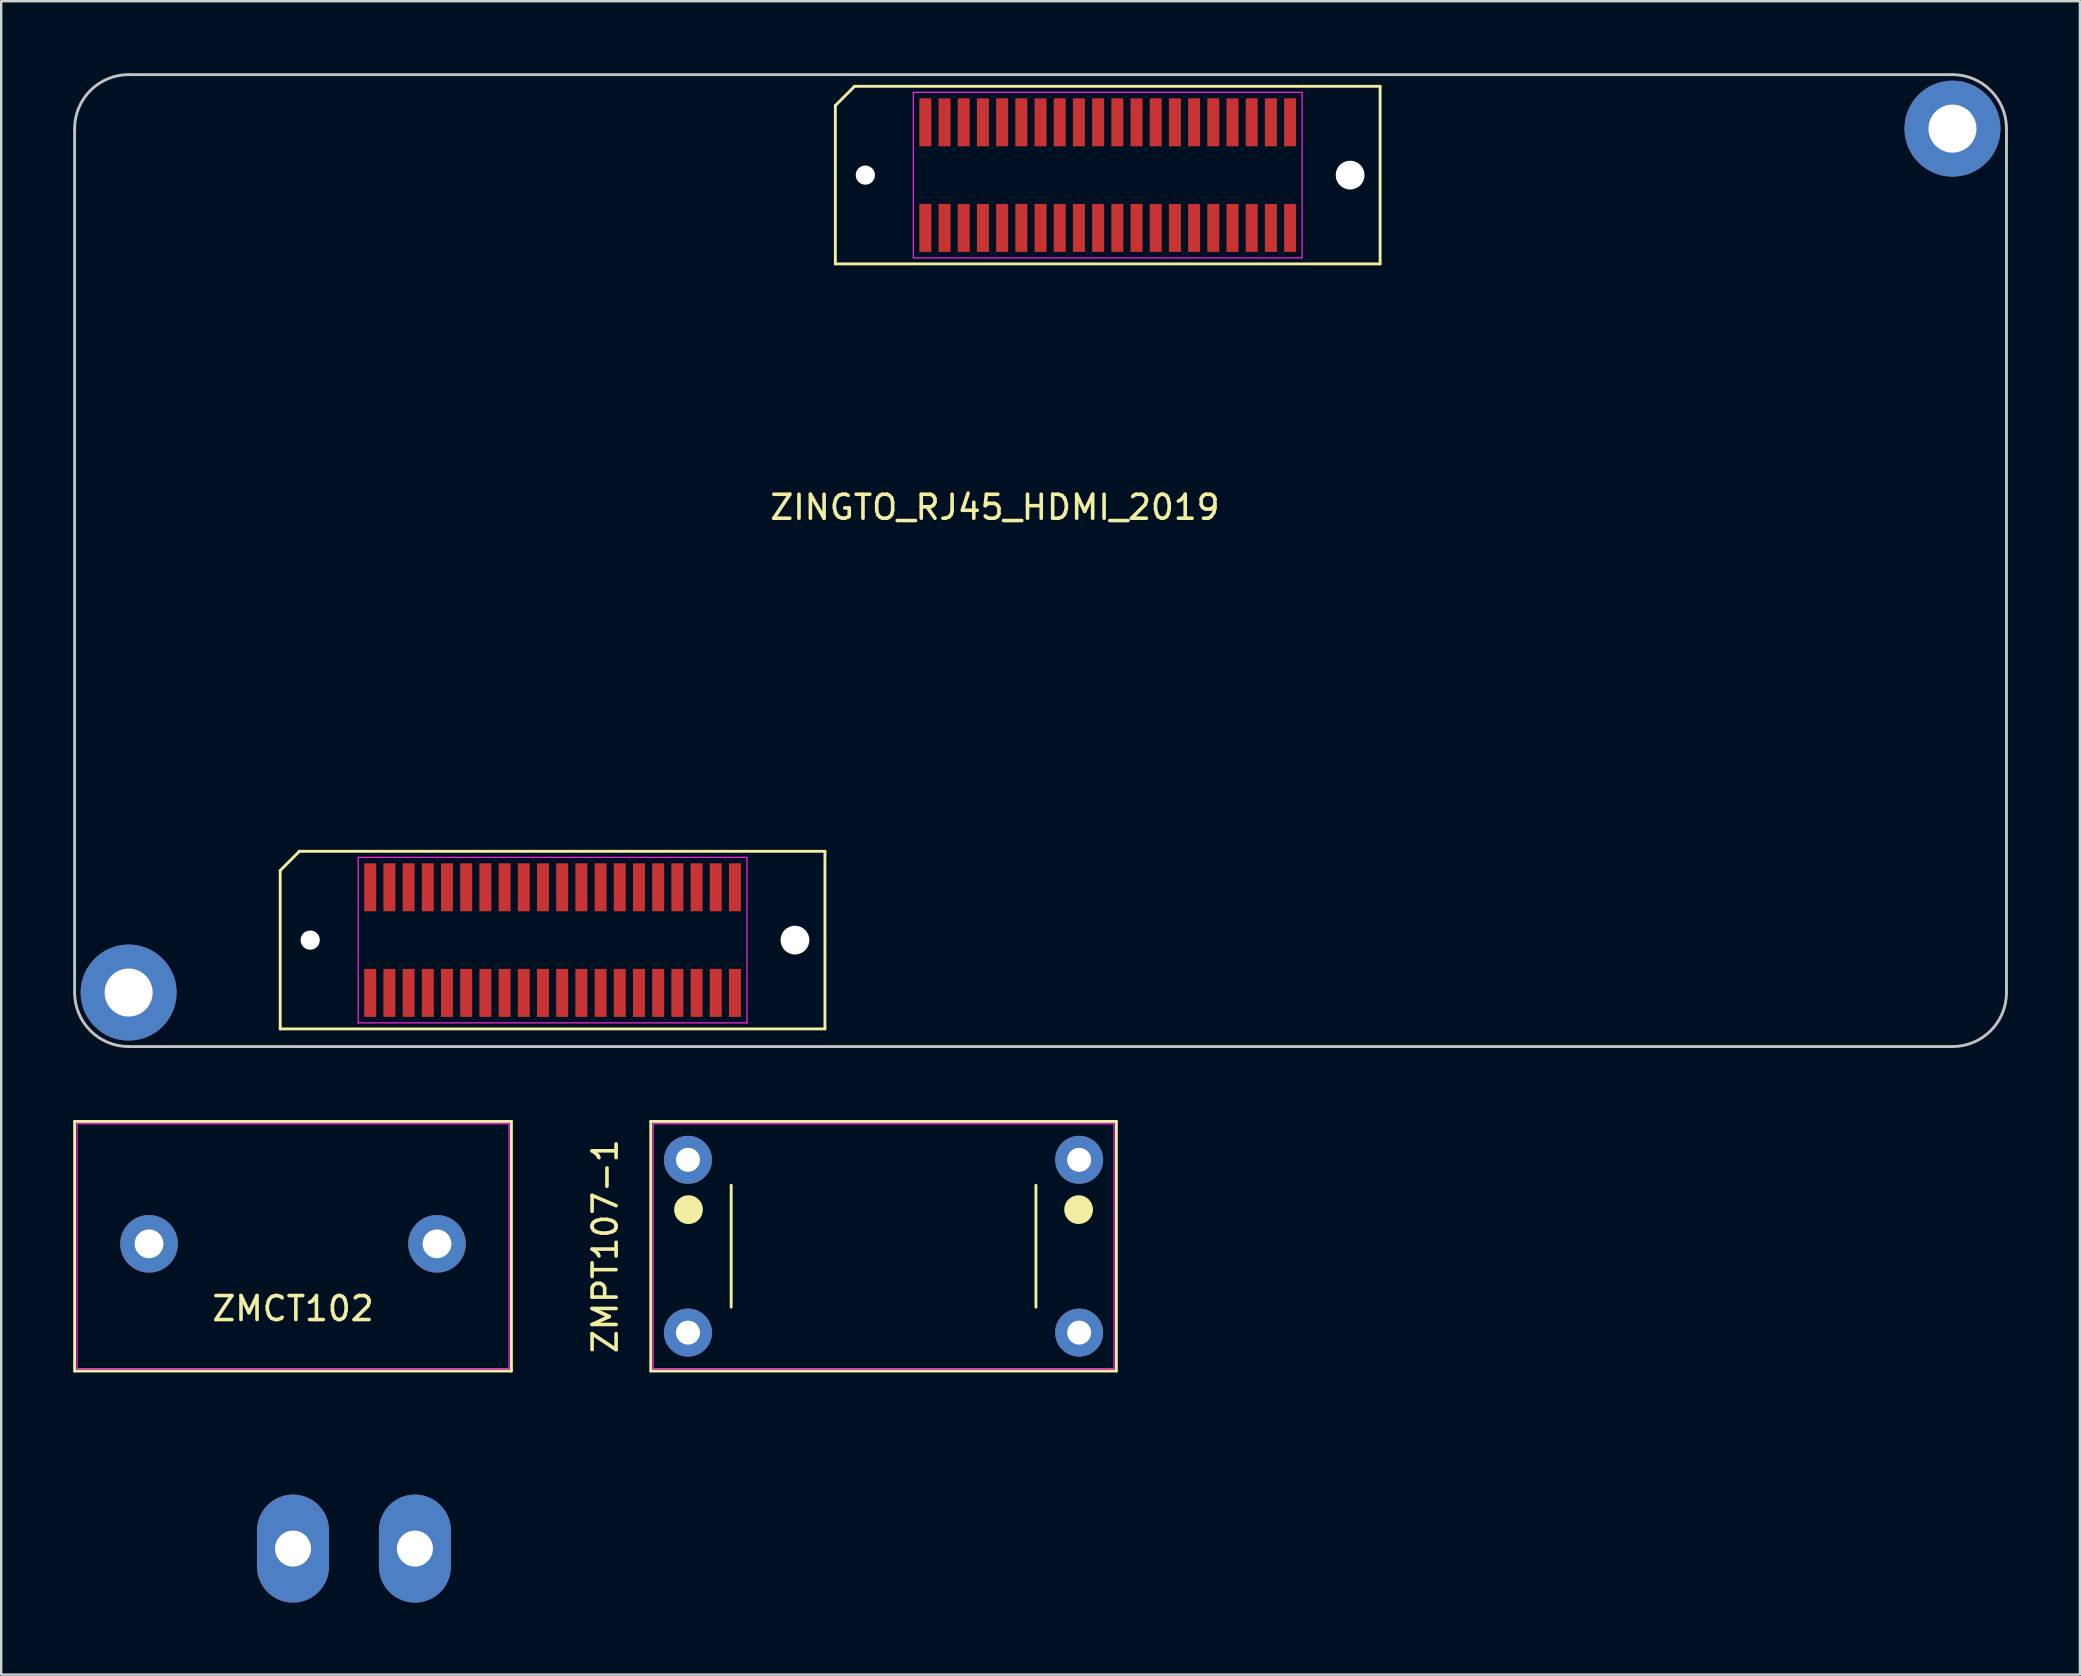
<source format=kicad_pcb>
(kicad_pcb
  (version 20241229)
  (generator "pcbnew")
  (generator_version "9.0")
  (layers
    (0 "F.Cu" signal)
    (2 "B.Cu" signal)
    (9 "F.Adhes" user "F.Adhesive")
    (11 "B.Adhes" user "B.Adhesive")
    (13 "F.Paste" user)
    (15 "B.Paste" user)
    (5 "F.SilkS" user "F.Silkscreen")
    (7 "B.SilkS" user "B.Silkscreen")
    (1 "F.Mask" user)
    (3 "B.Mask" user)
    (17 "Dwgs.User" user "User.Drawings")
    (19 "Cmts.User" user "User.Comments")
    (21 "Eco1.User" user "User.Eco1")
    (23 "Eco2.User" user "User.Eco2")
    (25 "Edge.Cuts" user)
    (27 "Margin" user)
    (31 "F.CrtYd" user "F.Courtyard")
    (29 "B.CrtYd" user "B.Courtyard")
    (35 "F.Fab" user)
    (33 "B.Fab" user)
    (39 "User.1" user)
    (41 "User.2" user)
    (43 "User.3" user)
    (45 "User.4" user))
  (footprint "ZMCT102"
    (layer "F.Cu")
    (at 9.16 48.78)
    (property "Reference" "ZMCT102" (at 0 2.7 0) (layer "F.SilkS") (effects (font (size 1 1) (thickness 0.15))))
    (attr through_hole)
    (fp_line (start -9.1 -5.1) (end 9.1 -5.1) (stroke (width 0.12) (type solid)) (layer "F.SilkS"))
    (fp_line (start -9.1 5.3) (end -9.1 -5.1) (stroke (width 0.12) (type solid)) (layer "F.SilkS"))
    (fp_line (start 9.1 -5.1) (end 9.1 5.3) (stroke (width 0.12) (type solid)) (layer "F.SilkS"))
    (fp_line (start 9.1 5.3) (end -9.1 5.3) (stroke (width 0.12) (type solid)) (layer "F.SilkS"))
    (fp_line (start -9 -5) (end 9 -5) (stroke (width 0.05) (type solid)) (layer "F.CrtYd"))
    (fp_line (start -9 5.2) (end -9 -5) (stroke (width 0.05) (type solid)) (layer "F.CrtYd"))
    (fp_line (start 9 -5) (end 9 5.2) (stroke (width 0.05) (type solid)) (layer "F.CrtYd"))
    (fp_line (start 9 5.2) (end -9 5.2) (stroke (width 0.05) (type solid)) (layer "F.CrtYd"))
    (pad "1" thru_hole circle (at -6 0) (size 2.4 2.4) (drill 1.2) (layers "*.Cu" "*.Mask"))
    (pad "2" thru_hole circle (at 6 0) (size 2.4 2.4) (drill 1.2) (layers "*.Cu" "*.Mask"))
    (pad "3" thru_hole oval (at 0 12.7) (size 3 4.5) (drill 1.5) (layers "*.Cu" "*.Mask"))
    (pad "4" thru_hole oval (at 5.08 12.7) (size 3 4.5) (drill 1.5) (layers "*.Cu" "*.Mask")))
  (footprint "ZINGTO_RJ45_HDMI_2019"
    (layer "F.Cu")
    (at 0.31 0.31)
    (property "Reference" "ZINGTO_RJ45_HDMI_2019" (at 38.1 17.78 180) (layer "F.SilkS") (effects (font (size 1 1) (thickness 0.15))))
    (attr smd)
    (fp_line (start 8.316 32.914) (end 8.316 39.514) (stroke (width 0.12) (type solid)) (layer "F.SilkS"))
    (fp_line (start 8.316 39.514) (end 31.016 39.514) (stroke (width 0.12) (type solid)) (layer "F.SilkS"))
    (fp_line (start 9.116 32.114) (end 8.316 32.914) (stroke (width 0.12) (type solid)) (layer "F.SilkS"))
    (fp_line (start 31.016 32.114) (end 9.116 32.114) (stroke (width 0.12) (type solid)) (layer "F.SilkS"))
    (fp_line (start 31.016 39.514) (end 31.016 32.114) (stroke (width 0.12) (type solid)) (layer "F.SilkS"))
    (fp_line (start 31.449 1.037) (end 31.449 7.637) (stroke (width 0.12) (type solid)) (layer "F.SilkS"))
    (fp_line (start 31.449 7.637) (end 54.149 7.637) (stroke (width 0.12) (type solid)) (layer "F.SilkS"))
    (fp_line (start 32.249 0.237) (end 31.449 1.037) (stroke (width 0.12) (type solid)) (layer "F.SilkS"))
    (fp_line (start 54.149 0.237) (end 32.249 0.237) (stroke (width 0.12) (type solid)) (layer "F.SilkS"))
    (fp_line (start 54.149 7.637) (end 54.149 0.237) (stroke (width 0.12) (type solid)) (layer "F.SilkS"))
    (fp_line (start -0.25 38) (end -0.25 2) (stroke (width 0.12) (type solid)) (layer "Dwgs.User"))
    (fp_line (start 2 40.25) (end 78 40.25) (stroke (width 0.12) (type solid)) (layer "Dwgs.User"))
    (fp_line (start 78 -0.25) (end 2 -0.25) (stroke (width 0.12) (type solid)) (layer "Dwgs.User"))
    (fp_line (start 80.25 2) (end 80.25 38) (stroke (width 0.12) (type solid)) (layer "Dwgs.User"))
    (fp_arc (start -0.25 2) (mid 0.40901 0.40901) (end 2 -0.25) (stroke (width 0.12) (type solid)) (layer "Dwgs.User"))
    (fp_arc (start 2 40.25) (mid 0.40901 39.59099) (end -0.25 38) (stroke (width 0.12) (type solid)) (layer "Dwgs.User"))
    (fp_arc (start 78 -0.25) (mid 79.59099 0.40901) (end 80.25 2) (stroke (width 0.12) (type solid)) (layer "Dwgs.User"))
    (fp_arc (start 80.25 38) (mid 79.59099 39.59099) (end 78 40.25) (stroke (width 0.12) (type solid)) (layer "Dwgs.User"))
    (fp_line (start 11.566 32.364) (end 27.766 32.364) (stroke (width 0.05) (type solid)) (layer "F.CrtYd"))
    (fp_line (start 11.566 39.264) (end 11.566 32.364) (stroke (width 0.05) (type solid)) (layer "F.CrtYd"))
    (fp_line (start 27.766 32.364) (end 27.766 39.264) (stroke (width 0.05) (type solid)) (layer "F.CrtYd"))
    (fp_line (start 27.766 39.264) (end 11.566 39.264) (stroke (width 0.05) (type solid)) (layer "F.CrtYd"))
    (fp_line (start 34.699 0.487) (end 50.899 0.487) (stroke (width 0.05) (type solid)) (layer "F.CrtYd"))
    (fp_line (start 34.699 7.387) (end 34.699 0.487) (stroke (width 0.05) (type solid)) (layer "F.CrtYd"))
    (fp_line (start 50.899 0.487) (end 50.899 7.387) (stroke (width 0.05) (type solid)) (layer "F.CrtYd"))
    (fp_line (start 50.899 7.387) (end 34.699 7.387) (stroke (width 0.05) (type solid)) (layer "F.CrtYd"))
    (pad "" thru_hole circle (at 2 38) (size 4 4) (drill 2) (layers "*.Cu" "*.Mask"))
    (pad "" np_thru_hole circle (at 9.566 35.814) (size 0.8 0.8) (drill 0.8) (layers "*.Cu" "*.Mask"))
    (pad "" np_thru_hole circle (at 29.766 35.814) (size 1.2 1.2) (drill 1.2) (layers "*.Cu" "*.Mask"))
    (pad "" np_thru_hole circle (at 32.699 3.937) (size 0.8 0.8) (drill 0.8) (layers "*.Cu" "*.Mask"))
    (pad "" np_thru_hole circle (at 52.899 3.937) (size 1.2 1.2) (drill 1.2) (layers "*.Cu" "*.Mask"))
    (pad "" thru_hole circle (at 78 2) (size 4 4) (drill 2) (layers "*.Cu" "*.Mask"))
    (pad "1" smd rect (at 12.066 38.014) (size 0.5 2) (layers "F.Cu" "F.Mask" "F.Paste"))
    (pad "2" smd rect (at 12.066 33.614) (size 0.5 2) (layers "F.Cu" "F.Mask" "F.Paste"))
    (pad "3" smd rect (at 12.866 38.014) (size 0.5 2) (layers "F.Cu" "F.Mask" "F.Paste"))
    (pad "4" smd rect (at 12.866 33.614) (size 0.5 2) (layers "F.Cu" "F.Mask" "F.Paste"))
    (pad "5" smd rect (at 13.666 38.014) (size 0.5 2) (layers "F.Cu" "F.Mask" "F.Paste"))
    (pad "6" smd rect (at 13.666 33.614) (size 0.5 2) (layers "F.Cu" "F.Mask" "F.Paste"))
    (pad "7" smd rect (at 14.466 38.014) (size 0.5 2) (layers "F.Cu" "F.Mask" "F.Paste"))
    (pad "8" smd rect (at 14.466 33.614) (size 0.5 2) (layers "F.Cu" "F.Mask" "F.Paste"))
    (pad "9" smd rect (at 15.266 38.014) (size 0.5 2) (layers "F.Cu" "F.Mask" "F.Paste"))
    (pad "10" smd rect (at 15.266 33.614) (size 0.5 2) (layers "F.Cu" "F.Mask" "F.Paste"))
    (pad "11" smd rect (at 16.066 38.014) (size 0.5 2) (layers "F.Cu" "F.Mask" "F.Paste"))
    (pad "12" smd rect (at 16.066 33.614) (size 0.5 2) (layers "F.Cu" "F.Mask" "F.Paste"))
    (pad "13" smd rect (at 16.866 38.014) (size 0.5 2) (layers "F.Cu" "F.Mask" "F.Paste"))
    (pad "14" smd rect (at 16.866 33.614) (size 0.5 2) (layers "F.Cu" "F.Mask" "F.Paste"))
    (pad "15" smd rect (at 17.666 38.014) (size 0.5 2) (layers "F.Cu" "F.Mask" "F.Paste"))
    (pad "16" smd rect (at 17.666 33.614) (size 0.5 2) (layers "F.Cu" "F.Mask" "F.Paste"))
    (pad "17" smd rect (at 18.466 38.014) (size 0.5 2) (layers "F.Cu" "F.Mask" "F.Paste"))
    (pad "18" smd rect (at 18.466 33.614) (size 0.5 2) (layers "F.Cu" "F.Mask" "F.Paste"))
    (pad "19" smd rect (at 19.266 38.014) (size 0.5 2) (layers "F.Cu" "F.Mask" "F.Paste"))
    (pad "20" smd rect (at 19.266 33.614) (size 0.5 2) (layers "F.Cu" "F.Mask" "F.Paste"))
    (pad "21" smd rect (at 20.066 38.014) (size 0.5 2) (layers "F.Cu" "F.Mask" "F.Paste"))
    (pad "22" smd rect (at 20.066 33.614) (size 0.5 2) (layers "F.Cu" "F.Mask" "F.Paste"))
    (pad "23" smd rect (at 20.866 38.014) (size 0.5 2) (layers "F.Cu" "F.Mask" "F.Paste"))
    (pad "24" smd rect (at 20.866 33.614) (size 0.5 2) (layers "F.Cu" "F.Mask" "F.Paste"))
    (pad "25" smd rect (at 21.666 38.014) (size 0.5 2) (layers "F.Cu" "F.Mask" "F.Paste"))
    (pad "26" smd rect (at 21.666 33.614) (size 0.5 2) (layers "F.Cu" "F.Mask" "F.Paste"))
    (pad "27" smd rect (at 22.466 38.014) (size 0.5 2) (layers "F.Cu" "F.Mask" "F.Paste"))
    (pad "28" smd rect (at 22.466 33.614) (size 0.5 2) (layers "F.Cu" "F.Mask" "F.Paste"))
    (pad "29" smd rect (at 23.266 38.014) (size 0.5 2) (layers "F.Cu" "F.Mask" "F.Paste"))
    (pad "30" smd rect (at 23.266 33.614) (size 0.5 2) (layers "F.Cu" "F.Mask" "F.Paste"))
    (pad "31" smd rect (at 24.066 38.014) (size 0.5 2) (layers "F.Cu" "F.Mask" "F.Paste"))
    (pad "32" smd rect (at 24.066 33.614) (size 0.5 2) (layers "F.Cu" "F.Mask" "F.Paste"))
    (pad "33" smd rect (at 24.866 38.014) (size 0.5 2) (layers "F.Cu" "F.Mask" "F.Paste"))
    (pad "34" smd rect (at 24.866 33.614) (size 0.5 2) (layers "F.Cu" "F.Mask" "F.Paste"))
    (pad "35" smd rect (at 25.666 38.014) (size 0.5 2) (layers "F.Cu" "F.Mask" "F.Paste"))
    (pad "36" smd rect (at 25.666 33.614) (size 0.5 2) (layers "F.Cu" "F.Mask" "F.Paste"))
    (pad "37" smd rect (at 26.466 38.014) (size 0.5 2) (layers "F.Cu" "F.Mask" "F.Paste"))
    (pad "38" smd rect (at 26.466 33.614) (size 0.5 2) (layers "F.Cu" "F.Mask" "F.Paste"))
    (pad "39" smd rect (at 27.266 38.014) (size 0.5 2) (layers "F.Cu" "F.Mask" "F.Paste"))
    (pad "40" smd rect (at 27.266 33.614) (size 0.5 2) (layers "F.Cu" "F.Mask" "F.Paste"))
    (pad "41" smd rect (at 35.199 6.137) (size 0.5 2) (layers "F.Cu" "F.Mask" "F.Paste"))
    (pad "42" smd rect (at 35.199 1.737) (size 0.5 2) (layers "F.Cu" "F.Mask" "F.Paste"))
    (pad "43" smd rect (at 35.999 6.137) (size 0.5 2) (layers "F.Cu" "F.Mask" "F.Paste"))
    (pad "44" smd rect (at 35.999 1.737) (size 0.5 2) (layers "F.Cu" "F.Mask" "F.Paste"))
    (pad "45" smd rect (at 36.799 6.137) (size 0.5 2) (layers "F.Cu" "F.Mask" "F.Paste"))
    (pad "46" smd rect (at 36.799 1.737) (size 0.5 2) (layers "F.Cu" "F.Mask" "F.Paste"))
    (pad "47" smd rect (at 37.599 6.137) (size 0.5 2) (layers "F.Cu" "F.Mask" "F.Paste"))
    (pad "48" smd rect (at 37.599 1.737) (size 0.5 2) (layers "F.Cu" "F.Mask" "F.Paste"))
    (pad "49" smd rect (at 38.399 6.137) (size 0.5 2) (layers "F.Cu" "F.Mask" "F.Paste"))
    (pad "50" smd rect (at 38.399 1.737) (size 0.5 2) (layers "F.Cu" "F.Mask" "F.Paste"))
    (pad "51" smd rect (at 39.199 6.137) (size 0.5 2) (layers "F.Cu" "F.Mask" "F.Paste"))
    (pad "52" smd rect (at 39.199 1.737) (size 0.5 2) (layers "F.Cu" "F.Mask" "F.Paste"))
    (pad "53" smd rect (at 39.999 6.137) (size 0.5 2) (layers "F.Cu" "F.Mask" "F.Paste"))
    (pad "54" smd rect (at 39.999 1.737) (size 0.5 2) (layers "F.Cu" "F.Mask" "F.Paste"))
    (pad "55" smd rect (at 40.799 6.137) (size 0.5 2) (layers "F.Cu" "F.Mask" "F.Paste"))
    (pad "56" smd rect (at 40.799 1.737) (size 0.5 2) (layers "F.Cu" "F.Mask" "F.Paste"))
    (pad "57" smd rect (at 41.599 6.137) (size 0.5 2) (layers "F.Cu" "F.Mask" "F.Paste"))
    (pad "58" smd rect (at 41.599 1.737) (size 0.5 2) (layers "F.Cu" "F.Mask" "F.Paste"))
    (pad "59" smd rect (at 42.399 6.137) (size 0.5 2) (layers "F.Cu" "F.Mask" "F.Paste"))
    (pad "60" smd rect (at 42.399 1.737) (size 0.5 2) (layers "F.Cu" "F.Mask" "F.Paste"))
    (pad "61" smd rect (at 43.199 6.137) (size 0.5 2) (layers "F.Cu" "F.Mask" "F.Paste"))
    (pad "62" smd rect (at 43.199 1.737) (size 0.5 2) (layers "F.Cu" "F.Mask" "F.Paste"))
    (pad "63" smd rect (at 43.999 6.137) (size 0.5 2) (layers "F.Cu" "F.Mask" "F.Paste"))
    (pad "64" smd rect (at 43.999 1.737) (size 0.5 2) (layers "F.Cu" "F.Mask" "F.Paste"))
    (pad "65" smd rect (at 44.799 6.137) (size 0.5 2) (layers "F.Cu" "F.Mask" "F.Paste"))
    (pad "66" smd rect (at 44.799 1.737) (size 0.5 2) (layers "F.Cu" "F.Mask" "F.Paste"))
    (pad "67" smd rect (at 45.599 6.137) (size 0.5 2) (layers "F.Cu" "F.Mask" "F.Paste"))
    (pad "68" smd rect (at 45.599 1.737) (size 0.5 2) (layers "F.Cu" "F.Mask" "F.Paste"))
    (pad "69" smd rect (at 46.399 6.137) (size 0.5 2) (layers "F.Cu" "F.Mask" "F.Paste"))
    (pad "70" smd rect (at 46.399 1.737) (size 0.5 2) (layers "F.Cu" "F.Mask" "F.Paste"))
    (pad "71" smd rect (at 47.199 6.137) (size 0.5 2) (layers "F.Cu" "F.Mask" "F.Paste"))
    (pad "72" smd rect (at 47.199 1.737) (size 0.5 2) (layers "F.Cu" "F.Mask" "F.Paste"))
    (pad "73" smd rect (at 47.999 6.137) (size 0.5 2) (layers "F.Cu" "F.Mask" "F.Paste"))
    (pad "74" smd rect (at 47.999 1.737) (size 0.5 2) (layers "F.Cu" "F.Mask" "F.Paste"))
    (pad "75" smd rect (at 48.799 6.137) (size 0.5 2) (layers "F.Cu" "F.Mask" "F.Paste"))
    (pad "76" smd rect (at 48.799 1.737) (size 0.5 2) (layers "F.Cu" "F.Mask" "F.Paste"))
    (pad "77" smd rect (at 49.599 6.137) (size 0.5 2) (layers "F.Cu" "F.Mask" "F.Paste"))
    (pad "78" smd rect (at 49.599 1.737) (size 0.5 2) (layers "F.Cu" "F.Mask" "F.Paste"))
    (pad "79" smd rect (at 50.399 6.137) (size 0.5 2) (layers "F.Cu" "F.Mask" "F.Paste"))
    (pad "80" smd rect (at 50.399 1.737) (size 0.5 2) (layers "F.Cu" "F.Mask" "F.Paste")))
  (footprint "ZMPT107-1"
    (layer "F.Cu")
    (at 33.768 48.88)
    (property "Reference" "ZMPT107-1" (at -11.6 0 90) (layer "F.SilkS") (effects (font (size 1 1) (thickness 0.15))))
    (attr through_hole)
    (fp_line (start -9.7 -5.2) (end 9.7 -5.2) (stroke (width 0.12) (type solid)) (layer "F.SilkS"))
    (fp_line (start -9.7 5.2) (end -9.7 -5.2) (stroke (width 0.12) (type solid)) (layer "F.SilkS"))
    (fp_line (start -6.35 2.54) (end -6.35 -2.54) (stroke (width 0.12) (type solid)) (layer "F.SilkS"))
    (fp_line (start 6.35 2.54) (end 6.35 -2.54) (stroke (width 0.12) (type solid)) (layer "F.SilkS"))
    (fp_line (start 9.7 -5.2) (end 9.7 5.2) (stroke (width 0.12) (type solid)) (layer "F.SilkS"))
    (fp_line (start 9.7 5.2) (end -9.7 5.2) (stroke (width 0.12) (type solid)) (layer "F.SilkS"))
    (fp_circle (center -8.128 -1.524) (end -7.828 -1.524) (stroke (width 0.6) (type solid)) (fill no) (layer "F.SilkS"))
    (fp_circle (center 8.128 -1.524) (end 8.428 -1.524) (stroke (width 0.6) (type solid)) (fill no) (layer "F.SilkS"))
    (fp_line (start -9.6 -5.1) (end -9.6 5.1) (stroke (width 0.05) (type solid)) (layer "F.CrtYd"))
    (fp_line (start -9.6 5.1) (end 9.6 5.1) (stroke (width 0.05) (type solid)) (layer "F.CrtYd"))
    (fp_line (start 9.6 -5.1) (end -9.6 -5.1) (stroke (width 0.05) (type solid)) (layer "F.CrtYd"))
    (fp_line (start 9.6 5.1) (end 9.6 -5.1) (stroke (width 0.05) (type solid)) (layer "F.CrtYd"))
    (pad "1" thru_hole circle (at -8.15 -3.6 180) (size 2 2) (drill 1) (layers "*.Cu" "*.Mask"))
    (pad "2" thru_hole circle (at -8.15 3.6 180) (size 2 2) (drill 1) (layers "*.Cu" "*.Mask"))
    (pad "3" thru_hole circle (at 8.15 -3.6 180) (size 2 2) (drill 1) (layers "*.Cu" "*.Mask"))
    (pad "4" thru_hole circle (at 8.15 3.6 180) (size 2 2) (drill 1) (layers "*.Cu" "*.Mask")))
  (gr_rect
    (start -3 -3)
    (end 83.62 66.73)
    (stroke (width 0.1) (type default))
    (fill no)
    (layer "Edge.Cuts")))
</source>
